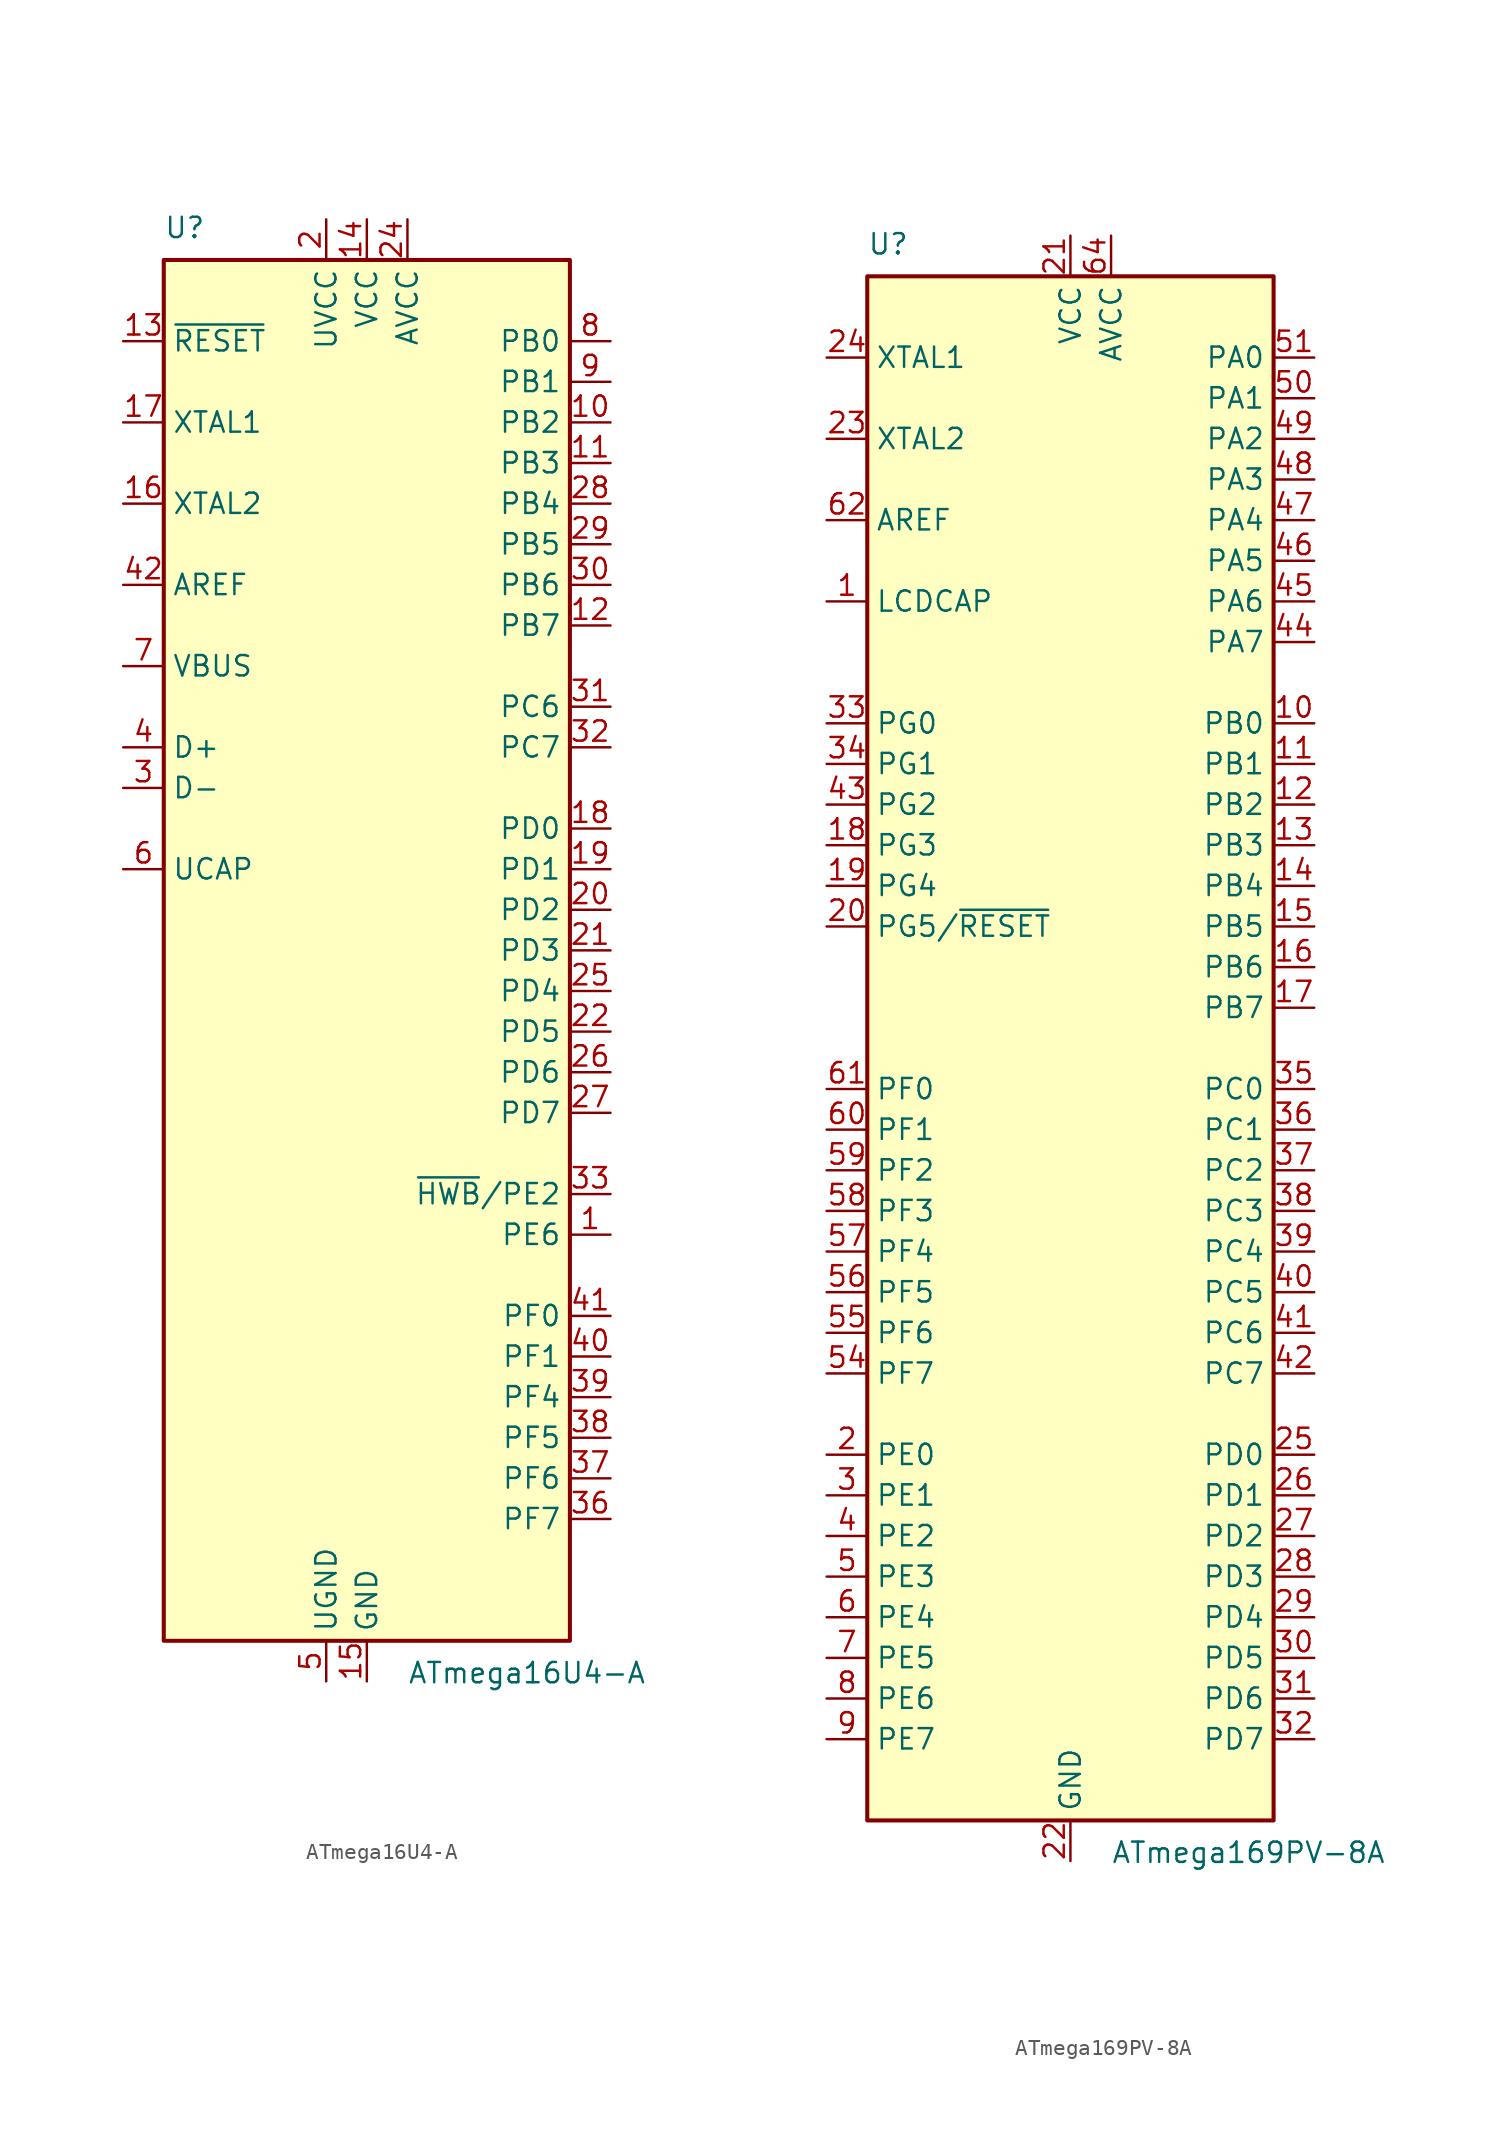
<source format=kicad_sym>
(kicad_symbol_lib
  (version 20241209)
  (generator "kicad_symbol_editor")
  (generator_version "9.0")
  (symbol "ATmega16U4-A"
    (property "Reference" "U"
      (at -12.7 44.45 0)
      (effects (font (size 1.27 1.27)) (justify left bottom)))
    (property "Value" "ATmega16U4-A"
      (at 2.54 -44.45 0)
      (effects (font (size 1.27 1.27)) (justify left top)))
    (symbol "ATmega16U4-A_0_1"
      (rectangle (start -12.7 -43.18) (end 12.7 43.18) (stroke (width 0.254) (type default)) (fill (type background))))
    (symbol "ATmega16U4-A_1_1"
      (pin input line (at -15.24 38.1 0) (length 2.54) (name "~{RESET}" (effects (font (size 1.27 1.27)))) (number "13" (effects (font (size 1.27 1.27)))))
      (pin input line (at -15.24 33.02 0) (length 2.54) (name "XTAL1" (effects (font (size 1.27 1.27)))) (number "17" (effects (font (size 1.27 1.27)))))
      (pin output line (at -15.24 27.94 0) (length 2.54) (name "XTAL2" (effects (font (size 1.27 1.27)))) (number "16" (effects (font (size 1.27 1.27)))))
      (pin passive line (at -15.24 22.86 0) (length 2.54) (name "AREF" (effects (font (size 1.27 1.27)))) (number "42" (effects (font (size 1.27 1.27)))))
      (pin input line (at -15.24 17.78 0) (length 2.54) (name "VBUS" (effects (font (size 1.27 1.27)))) (number "7" (effects (font (size 1.27 1.27)))))
      (pin bidirectional line (at -15.24 12.7 0) (length 2.54) (name "D+" (effects (font (size 1.27 1.27)))) (number "4" (effects (font (size 1.27 1.27)))))
      (pin bidirectional line (at -15.24 10.16 0) (length 2.54) (name "D-" (effects (font (size 1.27 1.27)))) (number "3" (effects (font (size 1.27 1.27)))))
      (pin passive line (at -15.24 5.08 0) (length 2.54) (name "UCAP" (effects (font (size 1.27 1.27)))) (number "6" (effects (font (size 1.27 1.27)))))
      (pin power_in line (at -2.54 45.72 270) (length 2.54) (name "UVCC" (effects (font (size 1.27 1.27)))) (number "2" (effects (font (size 1.27 1.27)))))
      (pin passive line (at -2.54 -45.72 90) (length 2.54) (name "UGND" (effects (font (size 1.27 1.27)))) (number "5" (effects (font (size 1.27 1.27)))))
      (pin power_in line (at 0 45.72 270) (length 2.54) (name "VCC" (effects (font (size 1.27 1.27)))) (number "14" (effects (font (size 1.27 1.27)))))
      (pin passive line (at 0 45.72 270) (length 2.54) (hide yes) (name "VCC" (effects (font (size 1.27 1.27)))) (number "34" (effects (font (size 1.27 1.27)))))
      (pin power_in line (at 0 -45.72 90) (length 2.54) (name "GND" (effects (font (size 1.27 1.27)))) (number "15" (effects (font (size 1.27 1.27)))))
      (pin passive line (at 0 -45.72 90) (length 2.54) (hide yes) (name "GND" (effects (font (size 1.27 1.27)))) (number "23" (effects (font (size 1.27 1.27)))))
      (pin passive line (at 0 -45.72 90) (length 2.54) (hide yes) (name "GND" (effects (font (size 1.27 1.27)))) (number "35" (effects (font (size 1.27 1.27)))))
      (pin passive line (at 0 -45.72 90) (length 2.54) (hide yes) (name "GND" (effects (font (size 1.27 1.27)))) (number "43" (effects (font (size 1.27 1.27)))))
      (pin power_in line (at 2.54 45.72 270) (length 2.54) (name "AVCC" (effects (font (size 1.27 1.27)))) (number "24" (effects (font (size 1.27 1.27)))))
      (pin passive line (at 2.54 45.72 270) (length 2.54) (hide yes) (name "AVCC" (effects (font (size 1.27 1.27)))) (number "44" (effects (font (size 1.27 1.27)))))
      (pin bidirectional line (at 15.24 38.1 180) (length 2.54) (name "PB0" (effects (font (size 1.27 1.27)))) (number "8" (effects (font (size 1.27 1.27)))))
      (pin bidirectional line (at 15.24 35.56 180) (length 2.54) (name "PB1" (effects (font (size 1.27 1.27)))) (number "9" (effects (font (size 1.27 1.27)))))
      (pin bidirectional line (at 15.24 33.02 180) (length 2.54) (name "PB2" (effects (font (size 1.27 1.27)))) (number "10" (effects (font (size 1.27 1.27)))))
      (pin bidirectional line (at 15.24 30.48 180) (length 2.54) (name "PB3" (effects (font (size 1.27 1.27)))) (number "11" (effects (font (size 1.27 1.27)))))
      (pin bidirectional line (at 15.24 27.94 180) (length 2.54) (name "PB4" (effects (font (size 1.27 1.27)))) (number "28" (effects (font (size 1.27 1.27)))))
      (pin bidirectional line (at 15.24 25.4 180) (length 2.54) (name "PB5" (effects (font (size 1.27 1.27)))) (number "29" (effects (font (size 1.27 1.27)))))
      (pin bidirectional line (at 15.24 22.86 180) (length 2.54) (name "PB6" (effects (font (size 1.27 1.27)))) (number "30" (effects (font (size 1.27 1.27)))))
      (pin bidirectional line (at 15.24 20.32 180) (length 2.54) (name "PB7" (effects (font (size 1.27 1.27)))) (number "12" (effects (font (size 1.27 1.27)))))
      (pin bidirectional line (at 15.24 15.24 180) (length 2.54) (name "PC6" (effects (font (size 1.27 1.27)))) (number "31" (effects (font (size 1.27 1.27)))))
      (pin bidirectional line (at 15.24 12.7 180) (length 2.54) (name "PC7" (effects (font (size 1.27 1.27)))) (number "32" (effects (font (size 1.27 1.27)))))
      (pin bidirectional line (at 15.24 7.62 180) (length 2.54) (name "PD0" (effects (font (size 1.27 1.27)))) (number "18" (effects (font (size 1.27 1.27)))))
      (pin bidirectional line (at 15.24 5.08 180) (length 2.54) (name "PD1" (effects (font (size 1.27 1.27)))) (number "19" (effects (font (size 1.27 1.27)))))
      (pin bidirectional line (at 15.24 2.54 180) (length 2.54) (name "PD2" (effects (font (size 1.27 1.27)))) (number "20" (effects (font (size 1.27 1.27)))))
      (pin bidirectional line (at 15.24 0 180) (length 2.54) (name "PD3" (effects (font (size 1.27 1.27)))) (number "21" (effects (font (size 1.27 1.27)))))
      (pin bidirectional line (at 15.24 -2.54 180) (length 2.54) (name "PD4" (effects (font (size 1.27 1.27)))) (number "25" (effects (font (size 1.27 1.27)))))
      (pin bidirectional line (at 15.24 -5.08 180) (length 2.54) (name "PD5" (effects (font (size 1.27 1.27)))) (number "22" (effects (font (size 1.27 1.27)))))
      (pin bidirectional line (at 15.24 -7.62 180) (length 2.54) (name "PD6" (effects (font (size 1.27 1.27)))) (number "26" (effects (font (size 1.27 1.27)))))
      (pin bidirectional line (at 15.24 -10.16 180) (length 2.54) (name "PD7" (effects (font (size 1.27 1.27)))) (number "27" (effects (font (size 1.27 1.27)))))
      (pin bidirectional line (at 15.24 -15.24 180) (length 2.54) (name "~{HWB}/PE2" (effects (font (size 1.27 1.27)))) (number "33" (effects (font (size 1.27 1.27)))))
      (pin bidirectional line (at 15.24 -17.78 180) (length 2.54) (name "PE6" (effects (font (size 1.27 1.27)))) (number "1" (effects (font (size 1.27 1.27)))))
      (pin bidirectional line (at 15.24 -22.86 180) (length 2.54) (name "PF0" (effects (font (size 1.27 1.27)))) (number "41" (effects (font (size 1.27 1.27)))))
      (pin bidirectional line (at 15.24 -25.4 180) (length 2.54) (name "PF1" (effects (font (size 1.27 1.27)))) (number "40" (effects (font (size 1.27 1.27)))))
      (pin bidirectional line (at 15.24 -27.94 180) (length 2.54) (name "PF4" (effects (font (size 1.27 1.27)))) (number "39" (effects (font (size 1.27 1.27)))))
      (pin bidirectional line (at 15.24 -30.48 180) (length 2.54) (name "PF5" (effects (font (size 1.27 1.27)))) (number "38" (effects (font (size 1.27 1.27)))))
      (pin bidirectional line (at 15.24 -33.02 180) (length 2.54) (name "PF6" (effects (font (size 1.27 1.27)))) (number "37" (effects (font (size 1.27 1.27)))))
      (pin bidirectional line (at 15.24 -35.56 180) (length 2.54) (name "PF7" (effects (font (size 1.27 1.27)))) (number "36" (effects (font (size 1.27 1.27)))))))
  (symbol "ATmega169PV-8A"
    (property "Reference" "U"
      (at -12.7 49.53 0)
      (effects (font (size 1.27 1.27)) (justify left bottom)))
    (property "Value" "ATmega169PV-8A"
      (at 2.54 -49.53 0)
      (effects (font (size 1.27 1.27)) (justify left top)))
    (symbol "ATmega169PV-8A_0_1"
      (rectangle (start -12.7 -48.26) (end 12.7 48.26) (stroke (width 0.254) (type default)) (fill (type background))))
    (symbol "ATmega169PV-8A_1_1"
      (pin input line (at -15.24 43.18 0) (length 2.54) (name "XTAL1" (effects (font (size 1.27 1.27)))) (number "24" (effects (font (size 1.27 1.27)))))
      (pin output line (at -15.24 38.1 0) (length 2.54) (name "XTAL2" (effects (font (size 1.27 1.27)))) (number "23" (effects (font (size 1.27 1.27)))))
      (pin passive line (at -15.24 33.02 0) (length 2.54) (name "AREF" (effects (font (size 1.27 1.27)))) (number "62" (effects (font (size 1.27 1.27)))))
      (pin passive line (at -15.24 27.94 0) (length 2.54) (name "LCDCAP" (effects (font (size 1.27 1.27)))) (number "1" (effects (font (size 1.27 1.27)))))
      (pin bidirectional line (at -15.24 20.32 0) (length 2.54) (name "PG0" (effects (font (size 1.27 1.27)))) (number "33" (effects (font (size 1.27 1.27)))))
      (pin bidirectional line (at -15.24 17.78 0) (length 2.54) (name "PG1" (effects (font (size 1.27 1.27)))) (number "34" (effects (font (size 1.27 1.27)))))
      (pin bidirectional line (at -15.24 15.24 0) (length 2.54) (name "PG2" (effects (font (size 1.27 1.27)))) (number "43" (effects (font (size 1.27 1.27)))))
      (pin bidirectional line (at -15.24 12.7 0) (length 2.54) (name "PG3" (effects (font (size 1.27 1.27)))) (number "18" (effects (font (size 1.27 1.27)))))
      (pin bidirectional line (at -15.24 10.16 0) (length 2.54) (name "PG4" (effects (font (size 1.27 1.27)))) (number "19" (effects (font (size 1.27 1.27)))))
      (pin bidirectional line (at -15.24 7.62 0) (length 2.54) (name "PG5/~{RESET}" (effects (font (size 1.27 1.27)))) (number "20" (effects (font (size 1.27 1.27)))))
      (pin bidirectional line (at -15.24 -2.54 0) (length 2.54) (name "PF0" (effects (font (size 1.27 1.27)))) (number "61" (effects (font (size 1.27 1.27)))))
      (pin bidirectional line (at -15.24 -5.08 0) (length 2.54) (name "PF1" (effects (font (size 1.27 1.27)))) (number "60" (effects (font (size 1.27 1.27)))))
      (pin bidirectional line (at -15.24 -7.62 0) (length 2.54) (name "PF2" (effects (font (size 1.27 1.27)))) (number "59" (effects (font (size 1.27 1.27)))))
      (pin bidirectional line (at -15.24 -10.16 0) (length 2.54) (name "PF3" (effects (font (size 1.27 1.27)))) (number "58" (effects (font (size 1.27 1.27)))))
      (pin bidirectional line (at -15.24 -12.7 0) (length 2.54) (name "PF4" (effects (font (size 1.27 1.27)))) (number "57" (effects (font (size 1.27 1.27)))))
      (pin bidirectional line (at -15.24 -15.24 0) (length 2.54) (name "PF5" (effects (font (size 1.27 1.27)))) (number "56" (effects (font (size 1.27 1.27)))))
      (pin bidirectional line (at -15.24 -17.78 0) (length 2.54) (name "PF6" (effects (font (size 1.27 1.27)))) (number "55" (effects (font (size 1.27 1.27)))))
      (pin bidirectional line (at -15.24 -20.32 0) (length 2.54) (name "PF7" (effects (font (size 1.27 1.27)))) (number "54" (effects (font (size 1.27 1.27)))))
      (pin bidirectional line (at -15.24 -25.4 0) (length 2.54) (name "PE0" (effects (font (size 1.27 1.27)))) (number "2" (effects (font (size 1.27 1.27)))))
      (pin bidirectional line (at -15.24 -27.94 0) (length 2.54) (name "PE1" (effects (font (size 1.27 1.27)))) (number "3" (effects (font (size 1.27 1.27)))))
      (pin bidirectional line (at -15.24 -30.48 0) (length 2.54) (name "PE2" (effects (font (size 1.27 1.27)))) (number "4" (effects (font (size 1.27 1.27)))))
      (pin bidirectional line (at -15.24 -33.02 0) (length 2.54) (name "PE3" (effects (font (size 1.27 1.27)))) (number "5" (effects (font (size 1.27 1.27)))))
      (pin bidirectional line (at -15.24 -35.56 0) (length 2.54) (name "PE4" (effects (font (size 1.27 1.27)))) (number "6" (effects (font (size 1.27 1.27)))))
      (pin bidirectional line (at -15.24 -38.1 0) (length 2.54) (name "PE5" (effects (font (size 1.27 1.27)))) (number "7" (effects (font (size 1.27 1.27)))))
      (pin bidirectional line (at -15.24 -40.64 0) (length 2.54) (name "PE6" (effects (font (size 1.27 1.27)))) (number "8" (effects (font (size 1.27 1.27)))))
      (pin bidirectional line (at -15.24 -43.18 0) (length 2.54) (name "PE7" (effects (font (size 1.27 1.27)))) (number "9" (effects (font (size 1.27 1.27)))))
      (pin power_in line (at 0 50.8 270) (length 2.54) (name "VCC" (effects (font (size 1.27 1.27)))) (number "21" (effects (font (size 1.27 1.27)))))
      (pin passive line (at 0 50.8 270) (length 2.54) (hide yes) (name "VCC" (effects (font (size 1.27 1.27)))) (number "52" (effects (font (size 1.27 1.27)))))
      (pin power_in line (at 0 -50.8 90) (length 2.54) (name "GND" (effects (font (size 1.27 1.27)))) (number "22" (effects (font (size 1.27 1.27)))))
      (pin passive line (at 0 -50.8 90) (length 2.54) (hide yes) (name "GND" (effects (font (size 1.27 1.27)))) (number "53" (effects (font (size 1.27 1.27)))))
      (pin passive line (at 0 -50.8 90) (length 2.54) (hide yes) (name "GND" (effects (font (size 1.27 1.27)))) (number "63" (effects (font (size 1.27 1.27)))))
      (pin power_in line (at 2.54 50.8 270) (length 2.54) (name "AVCC" (effects (font (size 1.27 1.27)))) (number "64" (effects (font (size 1.27 1.27)))))
      (pin bidirectional line (at 15.24 43.18 180) (length 2.54) (name "PA0" (effects (font (size 1.27 1.27)))) (number "51" (effects (font (size 1.27 1.27)))))
      (pin bidirectional line (at 15.24 40.64 180) (length 2.54) (name "PA1" (effects (font (size 1.27 1.27)))) (number "50" (effects (font (size 1.27 1.27)))))
      (pin bidirectional line (at 15.24 38.1 180) (length 2.54) (name "PA2" (effects (font (size 1.27 1.27)))) (number "49" (effects (font (size 1.27 1.27)))))
      (pin bidirectional line (at 15.24 35.56 180) (length 2.54) (name "PA3" (effects (font (size 1.27 1.27)))) (number "48" (effects (font (size 1.27 1.27)))))
      (pin bidirectional line (at 15.24 33.02 180) (length 2.54) (name "PA4" (effects (font (size 1.27 1.27)))) (number "47" (effects (font (size 1.27 1.27)))))
      (pin bidirectional line (at 15.24 30.48 180) (length 2.54) (name "PA5" (effects (font (size 1.27 1.27)))) (number "46" (effects (font (size 1.27 1.27)))))
      (pin bidirectional line (at 15.24 27.94 180) (length 2.54) (name "PA6" (effects (font (size 1.27 1.27)))) (number "45" (effects (font (size 1.27 1.27)))))
      (pin bidirectional line (at 15.24 25.4 180) (length 2.54) (name "PA7" (effects (font (size 1.27 1.27)))) (number "44" (effects (font (size 1.27 1.27)))))
      (pin bidirectional line (at 15.24 20.32 180) (length 2.54) (name "PB0" (effects (font (size 1.27 1.27)))) (number "10" (effects (font (size 1.27 1.27)))))
      (pin bidirectional line (at 15.24 17.78 180) (length 2.54) (name "PB1" (effects (font (size 1.27 1.27)))) (number "11" (effects (font (size 1.27 1.27)))))
      (pin bidirectional line (at 15.24 15.24 180) (length 2.54) (name "PB2" (effects (font (size 1.27 1.27)))) (number "12" (effects (font (size 1.27 1.27)))))
      (pin bidirectional line (at 15.24 12.7 180) (length 2.54) (name "PB3" (effects (font (size 1.27 1.27)))) (number "13" (effects (font (size 1.27 1.27)))))
      (pin bidirectional line (at 15.24 10.16 180) (length 2.54) (name "PB4" (effects (font (size 1.27 1.27)))) (number "14" (effects (font (size 1.27 1.27)))))
      (pin bidirectional line (at 15.24 7.62 180) (length 2.54) (name "PB5" (effects (font (size 1.27 1.27)))) (number "15" (effects (font (size 1.27 1.27)))))
      (pin bidirectional line (at 15.24 5.08 180) (length 2.54) (name "PB6" (effects (font (size 1.27 1.27)))) (number "16" (effects (font (size 1.27 1.27)))))
      (pin bidirectional line (at 15.24 2.54 180) (length 2.54) (name "PB7" (effects (font (size 1.27 1.27)))) (number "17" (effects (font (size 1.27 1.27)))))
      (pin bidirectional line (at 15.24 -2.54 180) (length 2.54) (name "PC0" (effects (font (size 1.27 1.27)))) (number "35" (effects (font (size 1.27 1.27)))))
      (pin bidirectional line (at 15.24 -5.08 180) (length 2.54) (name "PC1" (effects (font (size 1.27 1.27)))) (number "36" (effects (font (size 1.27 1.27)))))
      (pin bidirectional line (at 15.24 -7.62 180) (length 2.54) (name "PC2" (effects (font (size 1.27 1.27)))) (number "37" (effects (font (size 1.27 1.27)))))
      (pin bidirectional line (at 15.24 -10.16 180) (length 2.54) (name "PC3" (effects (font (size 1.27 1.27)))) (number "38" (effects (font (size 1.27 1.27)))))
      (pin bidirectional line (at 15.24 -12.7 180) (length 2.54) (name "PC4" (effects (font (size 1.27 1.27)))) (number "39" (effects (font (size 1.27 1.27)))))
      (pin bidirectional line (at 15.24 -15.24 180) (length 2.54) (name "PC5" (effects (font (size 1.27 1.27)))) (number "40" (effects (font (size 1.27 1.27)))))
      (pin bidirectional line (at 15.24 -17.78 180) (length 2.54) (name "PC6" (effects (font (size 1.27 1.27)))) (number "41" (effects (font (size 1.27 1.27)))))
      (pin bidirectional line (at 15.24 -20.32 180) (length 2.54) (name "PC7" (effects (font (size 1.27 1.27)))) (number "42" (effects (font (size 1.27 1.27)))))
      (pin bidirectional line (at 15.24 -25.4 180) (length 2.54) (name "PD0" (effects (font (size 1.27 1.27)))) (number "25" (effects (font (size 1.27 1.27)))))
      (pin bidirectional line (at 15.24 -27.94 180) (length 2.54) (name "PD1" (effects (font (size 1.27 1.27)))) (number "26" (effects (font (size 1.27 1.27)))))
      (pin bidirectional line (at 15.24 -30.48 180) (length 2.54) (name "PD2" (effects (font (size 1.27 1.27)))) (number "27" (effects (font (size 1.27 1.27)))))
      (pin bidirectional line (at 15.24 -33.02 180) (length 2.54) (name "PD3" (effects (font (size 1.27 1.27)))) (number "28" (effects (font (size 1.27 1.27)))))
      (pin bidirectional line (at 15.24 -35.56 180) (length 2.54) (name "PD4" (effects (font (size 1.27 1.27)))) (number "29" (effects (font (size 1.27 1.27)))))
      (pin bidirectional line (at 15.24 -38.1 180) (length 2.54) (name "PD5" (effects (font (size 1.27 1.27)))) (number "30" (effects (font (size 1.27 1.27)))))
      (pin bidirectional line (at 15.24 -40.64 180) (length 2.54) (name "PD6" (effects (font (size 1.27 1.27)))) (number "31" (effects (font (size 1.27 1.27)))))
      (pin bidirectional line (at 15.24 -43.18 180) (length 2.54) (name "PD7" (effects (font (size 1.27 1.27)))) (number "32" (effects (font (size 1.27 1.27))))))))
</source>
